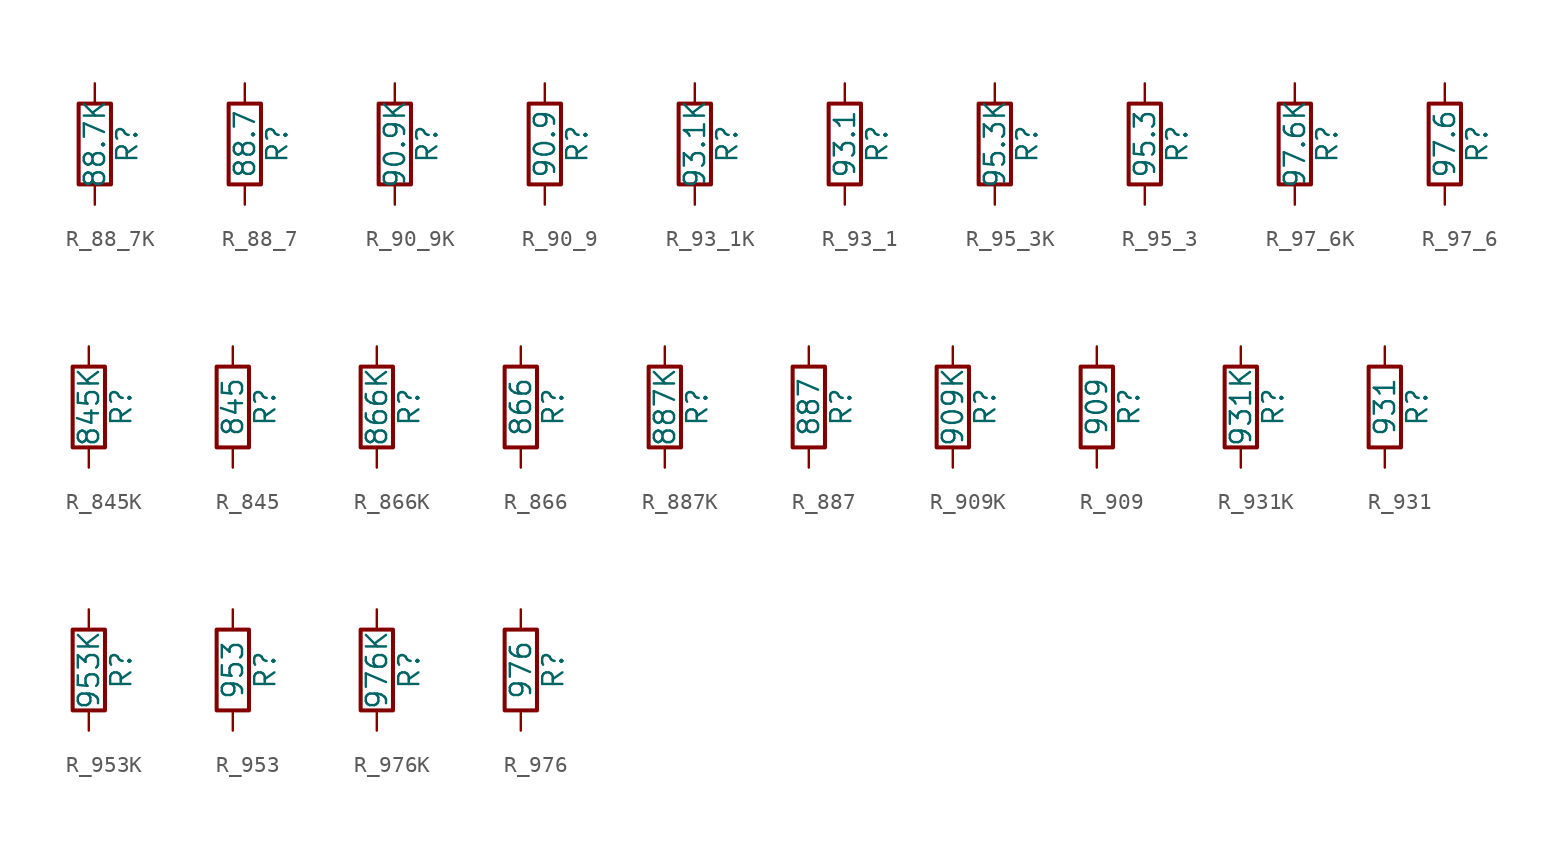
<source format=kicad_sym>
(kicad_symbol_lib
  (version 20211014)
  (generator atlantix-eda)
  (symbol "R_88_7K"
    (pin_numbers hide)
    (pin_names
      (offset 0))
    (property "Reference" "R"
      (at 2.032 0 90)
      (effects (font (size 1.27 1.27))))
    (property "Value" "88.7K"
      (at 0 0 90)
      (effects (font (size 1.27 1.27))))
    (symbol "R_88_7K_0_1"
      (rectangle (start -1.016 -2.54) (end 1.016 2.54) (stroke (width 0.254) (type default) (color 0 0 0 0)) (fill (type none))))
    (symbol "R_88_7K_1_1"
      (pin passive line (at 0 3.81 270) (length 1.27) (name "~" (effects (font (size 1.27 1.27)))) (number "1" (effects (font (size 1.27 1.27)))))
      (pin passive line (at 0 -3.81 90) (length 1.27) (name "~" (effects (font (size 1.27 1.27)))) (number "2" (effects (font (size 1.27 1.27)))))))
  (symbol "R_88_7"
    (pin_numbers hide)
    (pin_names
      (offset 0))
    (property "Reference" "R"
      (at 2.032 0 90)
      (effects (font (size 1.27 1.27))))
    (property "Value" "88.7"
      (at 0 0 90)
      (effects (font (size 1.27 1.27))))
    (symbol "R_88_7_0_1"
      (rectangle (start -1.016 -2.54) (end 1.016 2.54) (stroke (width 0.254) (type default) (color 0 0 0 0)) (fill (type none))))
    (symbol "R_88_7_1_1"
      (pin passive line (at 0 3.81 270) (length 1.27) (name "~" (effects (font (size 1.27 1.27)))) (number "1" (effects (font (size 1.27 1.27)))))
      (pin passive line (at 0 -3.81 90) (length 1.27) (name "~" (effects (font (size 1.27 1.27)))) (number "2" (effects (font (size 1.27 1.27)))))))
  (symbol "R_90_9K"
    (pin_numbers hide)
    (pin_names
      (offset 0))
    (property "Reference" "R"
      (at 2.032 0 90)
      (effects (font (size 1.27 1.27))))
    (property "Value" "90.9K"
      (at 0 0 90)
      (effects (font (size 1.27 1.27))))
    (symbol "R_90_9K_0_1"
      (rectangle (start -1.016 -2.54) (end 1.016 2.54) (stroke (width 0.254) (type default) (color 0 0 0 0)) (fill (type none))))
    (symbol "R_90_9K_1_1"
      (pin passive line (at 0 3.81 270) (length 1.27) (name "~" (effects (font (size 1.27 1.27)))) (number "1" (effects (font (size 1.27 1.27)))))
      (pin passive line (at 0 -3.81 90) (length 1.27) (name "~" (effects (font (size 1.27 1.27)))) (number "2" (effects (font (size 1.27 1.27)))))))
  (symbol "R_90_9"
    (pin_numbers hide)
    (pin_names
      (offset 0))
    (property "Reference" "R"
      (at 2.032 0 90)
      (effects (font (size 1.27 1.27))))
    (property "Value" "90.9"
      (at 0 0 90)
      (effects (font (size 1.27 1.27))))
    (symbol "R_90_9_0_1"
      (rectangle (start -1.016 -2.54) (end 1.016 2.54) (stroke (width 0.254) (type default) (color 0 0 0 0)) (fill (type none))))
    (symbol "R_90_9_1_1"
      (pin passive line (at 0 3.81 270) (length 1.27) (name "~" (effects (font (size 1.27 1.27)))) (number "1" (effects (font (size 1.27 1.27)))))
      (pin passive line (at 0 -3.81 90) (length 1.27) (name "~" (effects (font (size 1.27 1.27)))) (number "2" (effects (font (size 1.27 1.27)))))))
  (symbol "R_93_1K"
    (pin_numbers hide)
    (pin_names
      (offset 0))
    (property "Reference" "R"
      (at 2.032 0 90)
      (effects (font (size 1.27 1.27))))
    (property "Value" "93.1K"
      (at 0 0 90)
      (effects (font (size 1.27 1.27))))
    (symbol "R_93_1K_0_1"
      (rectangle (start -1.016 -2.54) (end 1.016 2.54) (stroke (width 0.254) (type default) (color 0 0 0 0)) (fill (type none))))
    (symbol "R_93_1K_1_1"
      (pin passive line (at 0 3.81 270) (length 1.27) (name "~" (effects (font (size 1.27 1.27)))) (number "1" (effects (font (size 1.27 1.27)))))
      (pin passive line (at 0 -3.81 90) (length 1.27) (name "~" (effects (font (size 1.27 1.27)))) (number "2" (effects (font (size 1.27 1.27)))))))
  (symbol "R_93_1"
    (pin_numbers hide)
    (pin_names
      (offset 0))
    (property "Reference" "R"
      (at 2.032 0 90)
      (effects (font (size 1.27 1.27))))
    (property "Value" "93.1"
      (at 0 0 90)
      (effects (font (size 1.27 1.27))))
    (symbol "R_93_1_0_1"
      (rectangle (start -1.016 -2.54) (end 1.016 2.54) (stroke (width 0.254) (type default) (color 0 0 0 0)) (fill (type none))))
    (symbol "R_93_1_1_1"
      (pin passive line (at 0 3.81 270) (length 1.27) (name "~" (effects (font (size 1.27 1.27)))) (number "1" (effects (font (size 1.27 1.27)))))
      (pin passive line (at 0 -3.81 90) (length 1.27) (name "~" (effects (font (size 1.27 1.27)))) (number "2" (effects (font (size 1.27 1.27)))))))
  (symbol "R_95_3K"
    (pin_numbers hide)
    (pin_names
      (offset 0))
    (property "Reference" "R"
      (at 2.032 0 90)
      (effects (font (size 1.27 1.27))))
    (property "Value" "95.3K"
      (at 0 0 90)
      (effects (font (size 1.27 1.27))))
    (symbol "R_95_3K_0_1"
      (rectangle (start -1.016 -2.54) (end 1.016 2.54) (stroke (width 0.254) (type default) (color 0 0 0 0)) (fill (type none))))
    (symbol "R_95_3K_1_1"
      (pin passive line (at 0 3.81 270) (length 1.27) (name "~" (effects (font (size 1.27 1.27)))) (number "1" (effects (font (size 1.27 1.27)))))
      (pin passive line (at 0 -3.81 90) (length 1.27) (name "~" (effects (font (size 1.27 1.27)))) (number "2" (effects (font (size 1.27 1.27)))))))
  (symbol "R_95_3"
    (pin_numbers hide)
    (pin_names
      (offset 0))
    (property "Reference" "R"
      (at 2.032 0 90)
      (effects (font (size 1.27 1.27))))
    (property "Value" "95.3"
      (at 0 0 90)
      (effects (font (size 1.27 1.27))))
    (symbol "R_95_3_0_1"
      (rectangle (start -1.016 -2.54) (end 1.016 2.54) (stroke (width 0.254) (type default) (color 0 0 0 0)) (fill (type none))))
    (symbol "R_95_3_1_1"
      (pin passive line (at 0 3.81 270) (length 1.27) (name "~" (effects (font (size 1.27 1.27)))) (number "1" (effects (font (size 1.27 1.27)))))
      (pin passive line (at 0 -3.81 90) (length 1.27) (name "~" (effects (font (size 1.27 1.27)))) (number "2" (effects (font (size 1.27 1.27)))))))
  (symbol "R_97_6K"
    (pin_numbers hide)
    (pin_names
      (offset 0))
    (property "Reference" "R"
      (at 2.032 0 90)
      (effects (font (size 1.27 1.27))))
    (property "Value" "97.6K"
      (at 0 0 90)
      (effects (font (size 1.27 1.27))))
    (symbol "R_97_6K_0_1"
      (rectangle (start -1.016 -2.54) (end 1.016 2.54) (stroke (width 0.254) (type default) (color 0 0 0 0)) (fill (type none))))
    (symbol "R_97_6K_1_1"
      (pin passive line (at 0 3.81 270) (length 1.27) (name "~" (effects (font (size 1.27 1.27)))) (number "1" (effects (font (size 1.27 1.27)))))
      (pin passive line (at 0 -3.81 90) (length 1.27) (name "~" (effects (font (size 1.27 1.27)))) (number "2" (effects (font (size 1.27 1.27)))))))
  (symbol "R_97_6"
    (pin_numbers hide)
    (pin_names
      (offset 0))
    (property "Reference" "R"
      (at 2.032 0 90)
      (effects (font (size 1.27 1.27))))
    (property "Value" "97.6"
      (at 0 0 90)
      (effects (font (size 1.27 1.27))))
    (symbol "R_97_6_0_1"
      (rectangle (start -1.016 -2.54) (end 1.016 2.54) (stroke (width 0.254) (type default) (color 0 0 0 0)) (fill (type none))))
    (symbol "R_97_6_1_1"
      (pin passive line (at 0 3.81 270) (length 1.27) (name "~" (effects (font (size 1.27 1.27)))) (number "1" (effects (font (size 1.27 1.27)))))
      (pin passive line (at 0 -3.81 90) (length 1.27) (name "~" (effects (font (size 1.27 1.27)))) (number "2" (effects (font (size 1.27 1.27)))))))
  (symbol "R_845K"
    (pin_numbers hide)
    (pin_names
      (offset 0))
    (property "Reference" "R"
      (at 2.032 0 90)
      (effects (font (size 1.27 1.27))))
    (property "Value" "845K"
      (at 0 0 90)
      (effects (font (size 1.27 1.27))))
    (symbol "R_845K_0_1"
      (rectangle (start -1.016 -2.54) (end 1.016 2.54) (stroke (width 0.254) (type default) (color 0 0 0 0)) (fill (type none))))
    (symbol "R_845K_1_1"
      (pin passive line (at 0 3.81 270) (length 1.27) (name "~" (effects (font (size 1.27 1.27)))) (number "1" (effects (font (size 1.27 1.27)))))
      (pin passive line (at 0 -3.81 90) (length 1.27) (name "~" (effects (font (size 1.27 1.27)))) (number "2" (effects (font (size 1.27 1.27)))))))
  (symbol "R_845"
    (pin_numbers hide)
    (pin_names
      (offset 0))
    (property "Reference" "R"
      (at 2.032 0 90)
      (effects (font (size 1.27 1.27))))
    (property "Value" "845"
      (at 0 0 90)
      (effects (font (size 1.27 1.27))))
    (symbol "R_845_0_1"
      (rectangle (start -1.016 -2.54) (end 1.016 2.54) (stroke (width 0.254) (type default) (color 0 0 0 0)) (fill (type none))))
    (symbol "R_845_1_1"
      (pin passive line (at 0 3.81 270) (length 1.27) (name "~" (effects (font (size 1.27 1.27)))) (number "1" (effects (font (size 1.27 1.27)))))
      (pin passive line (at 0 -3.81 90) (length 1.27) (name "~" (effects (font (size 1.27 1.27)))) (number "2" (effects (font (size 1.27 1.27)))))))
  (symbol "R_866K"
    (pin_numbers hide)
    (pin_names
      (offset 0))
    (property "Reference" "R"
      (at 2.032 0 90)
      (effects (font (size 1.27 1.27))))
    (property "Value" "866K"
      (at 0 0 90)
      (effects (font (size 1.27 1.27))))
    (symbol "R_866K_0_1"
      (rectangle (start -1.016 -2.54) (end 1.016 2.54) (stroke (width 0.254) (type default) (color 0 0 0 0)) (fill (type none))))
    (symbol "R_866K_1_1"
      (pin passive line (at 0 3.81 270) (length 1.27) (name "~" (effects (font (size 1.27 1.27)))) (number "1" (effects (font (size 1.27 1.27)))))
      (pin passive line (at 0 -3.81 90) (length 1.27) (name "~" (effects (font (size 1.27 1.27)))) (number "2" (effects (font (size 1.27 1.27)))))))
  (symbol "R_866"
    (pin_numbers hide)
    (pin_names
      (offset 0))
    (property "Reference" "R"
      (at 2.032 0 90)
      (effects (font (size 1.27 1.27))))
    (property "Value" "866"
      (at 0 0 90)
      (effects (font (size 1.27 1.27))))
    (symbol "R_866_0_1"
      (rectangle (start -1.016 -2.54) (end 1.016 2.54) (stroke (width 0.254) (type default) (color 0 0 0 0)) (fill (type none))))
    (symbol "R_866_1_1"
      (pin passive line (at 0 3.81 270) (length 1.27) (name "~" (effects (font (size 1.27 1.27)))) (number "1" (effects (font (size 1.27 1.27)))))
      (pin passive line (at 0 -3.81 90) (length 1.27) (name "~" (effects (font (size 1.27 1.27)))) (number "2" (effects (font (size 1.27 1.27)))))))
  (symbol "R_887K"
    (pin_numbers hide)
    (pin_names
      (offset 0))
    (property "Reference" "R"
      (at 2.032 0 90)
      (effects (font (size 1.27 1.27))))
    (property "Value" "887K"
      (at 0 0 90)
      (effects (font (size 1.27 1.27))))
    (symbol "R_887K_0_1"
      (rectangle (start -1.016 -2.54) (end 1.016 2.54) (stroke (width 0.254) (type default) (color 0 0 0 0)) (fill (type none))))
    (symbol "R_887K_1_1"
      (pin passive line (at 0 3.81 270) (length 1.27) (name "~" (effects (font (size 1.27 1.27)))) (number "1" (effects (font (size 1.27 1.27)))))
      (pin passive line (at 0 -3.81 90) (length 1.27) (name "~" (effects (font (size 1.27 1.27)))) (number "2" (effects (font (size 1.27 1.27)))))))
  (symbol "R_887"
    (pin_numbers hide)
    (pin_names
      (offset 0))
    (property "Reference" "R"
      (at 2.032 0 90)
      (effects (font (size 1.27 1.27))))
    (property "Value" "887"
      (at 0 0 90)
      (effects (font (size 1.27 1.27))))
    (symbol "R_887_0_1"
      (rectangle (start -1.016 -2.54) (end 1.016 2.54) (stroke (width 0.254) (type default) (color 0 0 0 0)) (fill (type none))))
    (symbol "R_887_1_1"
      (pin passive line (at 0 3.81 270) (length 1.27) (name "~" (effects (font (size 1.27 1.27)))) (number "1" (effects (font (size 1.27 1.27)))))
      (pin passive line (at 0 -3.81 90) (length 1.27) (name "~" (effects (font (size 1.27 1.27)))) (number "2" (effects (font (size 1.27 1.27)))))))
  (symbol "R_909K"
    (pin_numbers hide)
    (pin_names
      (offset 0))
    (property "Reference" "R"
      (at 2.032 0 90)
      (effects (font (size 1.27 1.27))))
    (property "Value" "909K"
      (at 0 0 90)
      (effects (font (size 1.27 1.27))))
    (symbol "R_909K_0_1"
      (rectangle (start -1.016 -2.54) (end 1.016 2.54) (stroke (width 0.254) (type default) (color 0 0 0 0)) (fill (type none))))
    (symbol "R_909K_1_1"
      (pin passive line (at 0 3.81 270) (length 1.27) (name "~" (effects (font (size 1.27 1.27)))) (number "1" (effects (font (size 1.27 1.27)))))
      (pin passive line (at 0 -3.81 90) (length 1.27) (name "~" (effects (font (size 1.27 1.27)))) (number "2" (effects (font (size 1.27 1.27)))))))
  (symbol "R_909"
    (pin_numbers hide)
    (pin_names
      (offset 0))
    (property "Reference" "R"
      (at 2.032 0 90)
      (effects (font (size 1.27 1.27))))
    (property "Value" "909"
      (at 0 0 90)
      (effects (font (size 1.27 1.27))))
    (symbol "R_909_0_1"
      (rectangle (start -1.016 -2.54) (end 1.016 2.54) (stroke (width 0.254) (type default) (color 0 0 0 0)) (fill (type none))))
    (symbol "R_909_1_1"
      (pin passive line (at 0 3.81 270) (length 1.27) (name "~" (effects (font (size 1.27 1.27)))) (number "1" (effects (font (size 1.27 1.27)))))
      (pin passive line (at 0 -3.81 90) (length 1.27) (name "~" (effects (font (size 1.27 1.27)))) (number "2" (effects (font (size 1.27 1.27)))))))
  (symbol "R_931K"
    (pin_numbers hide)
    (pin_names
      (offset 0))
    (property "Reference" "R"
      (at 2.032 0 90)
      (effects (font (size 1.27 1.27))))
    (property "Value" "931K"
      (at 0 0 90)
      (effects (font (size 1.27 1.27))))
    (symbol "R_931K_0_1"
      (rectangle (start -1.016 -2.54) (end 1.016 2.54) (stroke (width 0.254) (type default) (color 0 0 0 0)) (fill (type none))))
    (symbol "R_931K_1_1"
      (pin passive line (at 0 3.81 270) (length 1.27) (name "~" (effects (font (size 1.27 1.27)))) (number "1" (effects (font (size 1.27 1.27)))))
      (pin passive line (at 0 -3.81 90) (length 1.27) (name "~" (effects (font (size 1.27 1.27)))) (number "2" (effects (font (size 1.27 1.27)))))))
  (symbol "R_931"
    (pin_numbers hide)
    (pin_names
      (offset 0))
    (property "Reference" "R"
      (at 2.032 0 90)
      (effects (font (size 1.27 1.27))))
    (property "Value" "931"
      (at 0 0 90)
      (effects (font (size 1.27 1.27))))
    (symbol "R_931_0_1"
      (rectangle (start -1.016 -2.54) (end 1.016 2.54) (stroke (width 0.254) (type default) (color 0 0 0 0)) (fill (type none))))
    (symbol "R_931_1_1"
      (pin passive line (at 0 3.81 270) (length 1.27) (name "~" (effects (font (size 1.27 1.27)))) (number "1" (effects (font (size 1.27 1.27)))))
      (pin passive line (at 0 -3.81 90) (length 1.27) (name "~" (effects (font (size 1.27 1.27)))) (number "2" (effects (font (size 1.27 1.27)))))))
  (symbol "R_953K"
    (pin_numbers hide)
    (pin_names
      (offset 0))
    (property "Reference" "R"
      (at 2.032 0 90)
      (effects (font (size 1.27 1.27))))
    (property "Value" "953K"
      (at 0 0 90)
      (effects (font (size 1.27 1.27))))
    (symbol "R_953K_0_1"
      (rectangle (start -1.016 -2.54) (end 1.016 2.54) (stroke (width 0.254) (type default) (color 0 0 0 0)) (fill (type none))))
    (symbol "R_953K_1_1"
      (pin passive line (at 0 3.81 270) (length 1.27) (name "~" (effects (font (size 1.27 1.27)))) (number "1" (effects (font (size 1.27 1.27)))))
      (pin passive line (at 0 -3.81 90) (length 1.27) (name "~" (effects (font (size 1.27 1.27)))) (number "2" (effects (font (size 1.27 1.27)))))))
  (symbol "R_953"
    (pin_numbers hide)
    (pin_names
      (offset 0))
    (property "Reference" "R"
      (at 2.032 0 90)
      (effects (font (size 1.27 1.27))))
    (property "Value" "953"
      (at 0 0 90)
      (effects (font (size 1.27 1.27))))
    (symbol "R_953_0_1"
      (rectangle (start -1.016 -2.54) (end 1.016 2.54) (stroke (width 0.254) (type default) (color 0 0 0 0)) (fill (type none))))
    (symbol "R_953_1_1"
      (pin passive line (at 0 3.81 270) (length 1.27) (name "~" (effects (font (size 1.27 1.27)))) (number "1" (effects (font (size 1.27 1.27)))))
      (pin passive line (at 0 -3.81 90) (length 1.27) (name "~" (effects (font (size 1.27 1.27)))) (number "2" (effects (font (size 1.27 1.27)))))))
  (symbol "R_976K"
    (pin_numbers hide)
    (pin_names
      (offset 0))
    (property "Reference" "R"
      (at 2.032 0 90)
      (effects (font (size 1.27 1.27))))
    (property "Value" "976K"
      (at 0 0 90)
      (effects (font (size 1.27 1.27))))
    (symbol "R_976K_0_1"
      (rectangle (start -1.016 -2.54) (end 1.016 2.54) (stroke (width 0.254) (type default) (color 0 0 0 0)) (fill (type none))))
    (symbol "R_976K_1_1"
      (pin passive line (at 0 3.81 270) (length 1.27) (name "~" (effects (font (size 1.27 1.27)))) (number "1" (effects (font (size 1.27 1.27)))))
      (pin passive line (at 0 -3.81 90) (length 1.27) (name "~" (effects (font (size 1.27 1.27)))) (number "2" (effects (font (size 1.27 1.27)))))))
  (symbol "R_976"
    (pin_numbers hide)
    (pin_names
      (offset 0))
    (property "Reference" "R"
      (at 2.032 0 90)
      (effects (font (size 1.27 1.27))))
    (property "Value" "976"
      (at 0 0 90)
      (effects (font (size 1.27 1.27))))
    (symbol "R_976_0_1"
      (rectangle (start -1.016 -2.54) (end 1.016 2.54) (stroke (width 0.254) (type default) (color 0 0 0 0)) (fill (type none))))
    (symbol "R_976_1_1"
      (pin passive line (at 0 3.81 270) (length 1.27) (name "~" (effects (font (size 1.27 1.27)))) (number "1" (effects (font (size 1.27 1.27)))))
      (pin passive line (at 0 -3.81 90) (length 1.27) (name "~" (effects (font (size 1.27 1.27)))) (number "2" (effects (font (size 1.27 1.27))))))))
</source>
